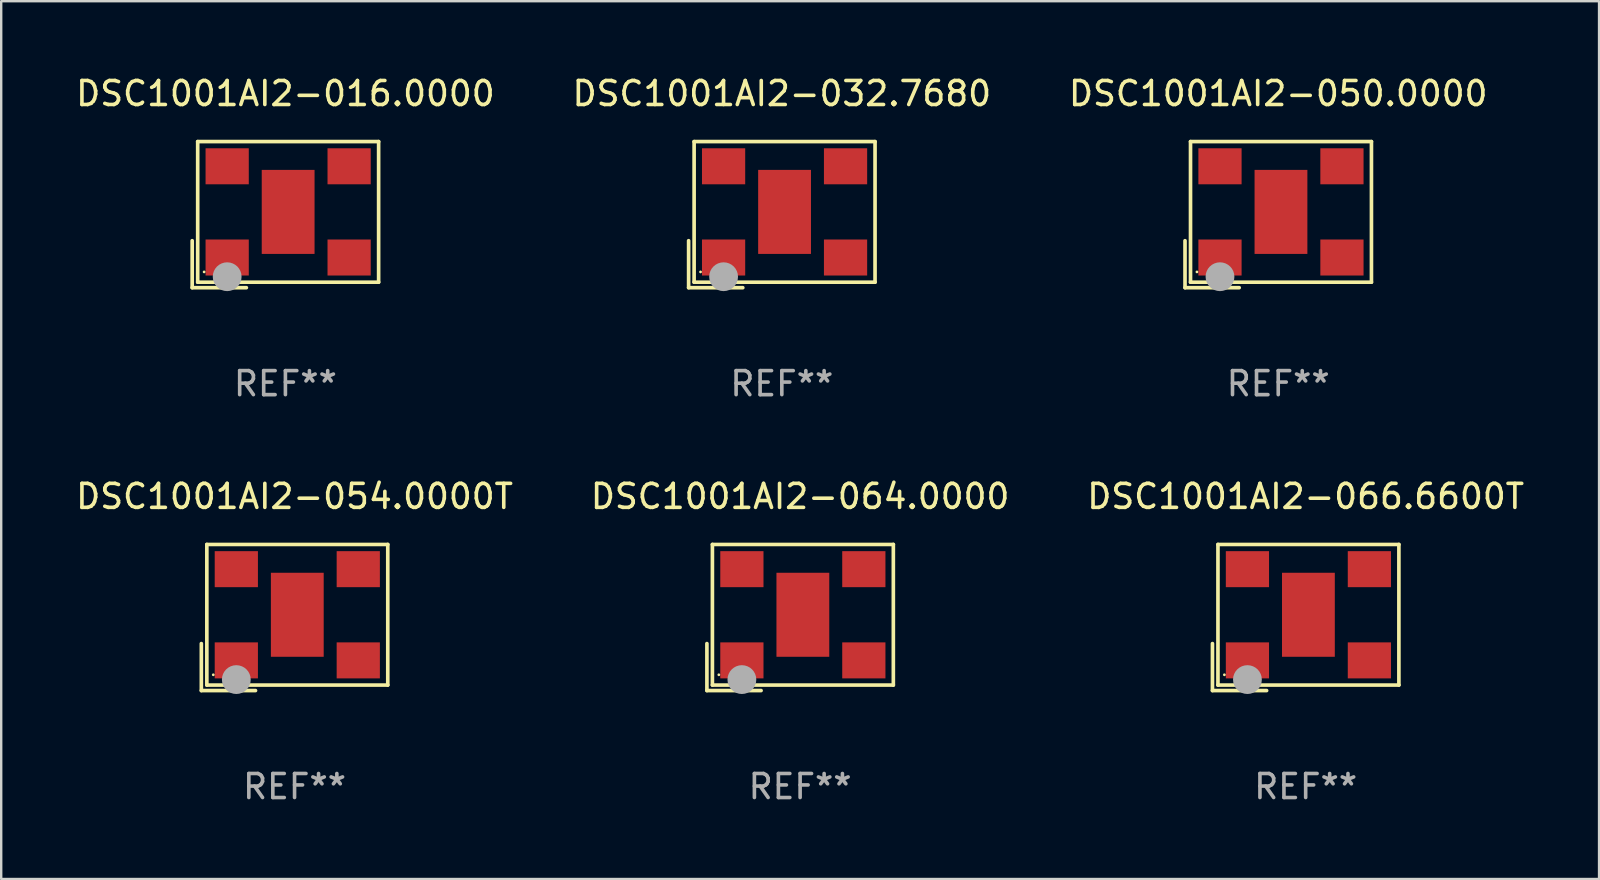
<source format=kicad_pcb>
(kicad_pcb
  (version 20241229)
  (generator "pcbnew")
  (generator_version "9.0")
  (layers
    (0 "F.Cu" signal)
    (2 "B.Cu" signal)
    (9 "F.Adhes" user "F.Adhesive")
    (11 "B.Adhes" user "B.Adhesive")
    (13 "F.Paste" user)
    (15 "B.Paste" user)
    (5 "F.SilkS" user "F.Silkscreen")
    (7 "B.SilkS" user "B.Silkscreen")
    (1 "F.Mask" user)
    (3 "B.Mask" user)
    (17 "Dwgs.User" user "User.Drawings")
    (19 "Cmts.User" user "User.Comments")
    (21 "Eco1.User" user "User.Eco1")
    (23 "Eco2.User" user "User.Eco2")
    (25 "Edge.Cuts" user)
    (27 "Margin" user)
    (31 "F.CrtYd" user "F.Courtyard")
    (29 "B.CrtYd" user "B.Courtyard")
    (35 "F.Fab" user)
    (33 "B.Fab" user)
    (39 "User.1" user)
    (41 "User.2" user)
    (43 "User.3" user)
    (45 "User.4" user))
  (footprint "DSC1001AI2-032.7680"
    (layer "F.Cu")
    (at 29.518 5.891)
    (property "Reference" "DSC1001AI2-032.7680" (at 0 -5.043 0) (layer "F.SilkS") (effects (font (size 1 1) (thickness 0.15))))
    (attr through_hole)
    (fp_line (start -3.883 1.086) (end -3.883 3.043) (stroke (width 0.152) (type solid)) (layer "F.SilkS"))
    (fp_line (start -3.883 3.043) (end -1.626 3.043) (stroke (width 0.152) (type solid)) (layer "F.SilkS"))
    (fp_line (start -3.654 -3.043) (end 3.883 -3.043) (stroke (width 0.152) (type solid)) (layer "F.SilkS"))
    (fp_line (start -3.654 2.814) (end -3.654 -3.043) (stroke (width 0.152) (type solid)) (layer "F.SilkS"))
    (fp_line (start 3.883 -3.043) (end 3.883 2.814) (stroke (width 0.152) (type solid)) (layer "F.SilkS"))
    (fp_line (start 3.883 2.814) (end -3.654 2.814) (stroke (width 0.152) (type solid)) (layer "F.SilkS"))
    (fp_circle (center -3.386 2.386) (end -3.356 2.386) (stroke (width 0.06) (type solid)) (fill no) (layer "F.SilkS"))
    (fp_circle (center -2.426 2.586) (end -2.126 2.586) (stroke (width 0.6) (type solid)) (fill no) (layer "F.Fab"))
    (fp_text user "REF**" (at 0 7.043 0) (layer "F.Fab") (effects (font (size 1 1) (thickness 0.15))))
    (pad "1" smd rect (at -2.426 1.786) (size 1.8 1.5) (layers "F.Cu" "F.Mask" "F.Paste"))
    (pad "2" smd rect (at 2.654 1.786) (size 1.8 1.5) (layers "F.Cu" "F.Mask" "F.Paste"))
    (pad "3" smd rect (at 2.654 -2.014) (size 1.8 1.5) (layers "F.Cu" "F.Mask" "F.Paste"))
    (pad "4" smd rect (at -2.426 -2.014) (size 1.8 1.5) (layers "F.Cu" "F.Mask" "F.Paste"))
    (pad "5" smd rect (at 0.114 -0.114) (size 2.2 3.5) (layers "F.Cu" "F.Mask" "F.Paste")))
  (footprint "DSC1001AI2-050.0000"
    (layer "F.Cu")
    (at 50.196 5.891)
    (property "Reference" "DSC1001AI2-050.0000" (at 0 -5.043 0) (layer "F.SilkS") (effects (font (size 1 1) (thickness 0.15))))
    (attr through_hole)
    (fp_line (start -3.883 1.086) (end -3.883 3.043) (stroke (width 0.152) (type solid)) (layer "F.SilkS"))
    (fp_line (start -3.883 3.043) (end -1.626 3.043) (stroke (width 0.152) (type solid)) (layer "F.SilkS"))
    (fp_line (start -3.654 -3.043) (end 3.883 -3.043) (stroke (width 0.152) (type solid)) (layer "F.SilkS"))
    (fp_line (start -3.654 2.814) (end -3.654 -3.043) (stroke (width 0.152) (type solid)) (layer "F.SilkS"))
    (fp_line (start 3.883 -3.043) (end 3.883 2.814) (stroke (width 0.152) (type solid)) (layer "F.SilkS"))
    (fp_line (start 3.883 2.814) (end -3.654 2.814) (stroke (width 0.152) (type solid)) (layer "F.SilkS"))
    (fp_circle (center -3.386 2.386) (end -3.356 2.386) (stroke (width 0.06) (type solid)) (fill no) (layer "F.SilkS"))
    (fp_circle (center -2.426 2.586) (end -2.126 2.586) (stroke (width 0.6) (type solid)) (fill no) (layer "F.Fab"))
    (fp_text user "REF**" (at 0 7.043 0) (layer "F.Fab") (effects (font (size 1 1) (thickness 0.15))))
    (pad "1" smd rect (at -2.426 1.786) (size 1.8 1.5) (layers "F.Cu" "F.Mask" "F.Paste"))
    (pad "2" smd rect (at 2.654 1.786) (size 1.8 1.5) (layers "F.Cu" "F.Mask" "F.Paste"))
    (pad "3" smd rect (at 2.654 -2.014) (size 1.8 1.5) (layers "F.Cu" "F.Mask" "F.Paste"))
    (pad "4" smd rect (at -2.426 -2.014) (size 1.8 1.5) (layers "F.Cu" "F.Mask" "F.Paste"))
    (pad "5" smd rect (at 0.114 -0.114) (size 2.2 3.5) (layers "F.Cu" "F.Mask" "F.Paste")))
  (footprint "DSC1001AI2-064.0000"
    (layer "F.Cu")
    (at 30.28 22.673)
    (property "Reference" "DSC1001AI2-064.0000" (at 0 -5.043 0) (layer "F.SilkS") (effects (font (size 1 1) (thickness 0.15))))
    (attr through_hole)
    (fp_line (start -3.883 1.086) (end -3.883 3.043) (stroke (width 0.152) (type solid)) (layer "F.SilkS"))
    (fp_line (start -3.883 3.043) (end -1.626 3.043) (stroke (width 0.152) (type solid)) (layer "F.SilkS"))
    (fp_line (start -3.654 -3.043) (end 3.883 -3.043) (stroke (width 0.152) (type solid)) (layer "F.SilkS"))
    (fp_line (start -3.654 2.814) (end -3.654 -3.043) (stroke (width 0.152) (type solid)) (layer "F.SilkS"))
    (fp_line (start 3.883 -3.043) (end 3.883 2.814) (stroke (width 0.152) (type solid)) (layer "F.SilkS"))
    (fp_line (start 3.883 2.814) (end -3.654 2.814) (stroke (width 0.152) (type solid)) (layer "F.SilkS"))
    (fp_circle (center -3.386 2.386) (end -3.356 2.386) (stroke (width 0.06) (type solid)) (fill no) (layer "F.SilkS"))
    (fp_circle (center -2.426 2.586) (end -2.126 2.586) (stroke (width 0.6) (type solid)) (fill no) (layer "F.Fab"))
    (fp_text user "REF**" (at 0 7.043 0) (layer "F.Fab") (effects (font (size 1 1) (thickness 0.15))))
    (pad "1" smd rect (at -2.426 1.786) (size 1.8 1.5) (layers "F.Cu" "F.Mask" "F.Paste"))
    (pad "2" smd rect (at 2.654 1.786) (size 1.8 1.5) (layers "F.Cu" "F.Mask" "F.Paste"))
    (pad "3" smd rect (at 2.654 -2.014) (size 1.8 1.5) (layers "F.Cu" "F.Mask" "F.Paste"))
    (pad "4" smd rect (at -2.426 -2.014) (size 1.8 1.5) (layers "F.Cu" "F.Mask" "F.Paste"))
    (pad "5" smd rect (at 0.114 -0.114) (size 2.2 3.5) (layers "F.Cu" "F.Mask" "F.Paste")))
  (footprint "DSC1001AI2-054.0000T"
    (layer "F.Cu")
    (at 9.22 22.673)
    (property "Reference" "DSC1001AI2-054.0000T" (at 0 -5.043 0) (layer "F.SilkS") (effects (font (size 1 1) (thickness 0.15))))
    (attr through_hole)
    (fp_line (start -3.883 1.086) (end -3.883 3.043) (stroke (width 0.152) (type solid)) (layer "F.SilkS"))
    (fp_line (start -3.883 3.043) (end -1.626 3.043) (stroke (width 0.152) (type solid)) (layer "F.SilkS"))
    (fp_line (start -3.654 -3.043) (end 3.883 -3.043) (stroke (width 0.152) (type solid)) (layer "F.SilkS"))
    (fp_line (start -3.654 2.814) (end -3.654 -3.043) (stroke (width 0.152) (type solid)) (layer "F.SilkS"))
    (fp_line (start 3.883 -3.043) (end 3.883 2.814) (stroke (width 0.152) (type solid)) (layer "F.SilkS"))
    (fp_line (start 3.883 2.814) (end -3.654 2.814) (stroke (width 0.152) (type solid)) (layer "F.SilkS"))
    (fp_circle (center -3.386 2.386) (end -3.356 2.386) (stroke (width 0.06) (type solid)) (fill no) (layer "F.SilkS"))
    (fp_circle (center -2.426 2.586) (end -2.126 2.586) (stroke (width 0.6) (type solid)) (fill no) (layer "F.Fab"))
    (fp_text user "REF**" (at 0 7.043 0) (layer "F.Fab") (effects (font (size 1 1) (thickness 0.15))))
    (pad "1" smd rect (at -2.426 1.786) (size 1.8 1.5) (layers "F.Cu" "F.Mask" "F.Paste"))
    (pad "2" smd rect (at 2.654 1.786) (size 1.8 1.5) (layers "F.Cu" "F.Mask" "F.Paste"))
    (pad "3" smd rect (at 2.654 -2.014) (size 1.8 1.5) (layers "F.Cu" "F.Mask" "F.Paste"))
    (pad "4" smd rect (at -2.426 -2.014) (size 1.8 1.5) (layers "F.Cu" "F.Mask" "F.Paste"))
    (pad "5" smd rect (at 0.114 -0.114) (size 2.2 3.5) (layers "F.Cu" "F.Mask" "F.Paste")))
  (footprint "DSC1001AI2-066.6600T"
    (layer "F.Cu")
    (at 51.339 22.673)
    (property "Reference" "DSC1001AI2-066.6600T" (at 0 -5.043 0) (layer "F.SilkS") (effects (font (size 1 1) (thickness 0.15))))
    (attr through_hole)
    (fp_line (start -3.883 1.086) (end -3.883 3.043) (stroke (width 0.152) (type solid)) (layer "F.SilkS"))
    (fp_line (start -3.883 3.043) (end -1.626 3.043) (stroke (width 0.152) (type solid)) (layer "F.SilkS"))
    (fp_line (start -3.654 -3.043) (end 3.883 -3.043) (stroke (width 0.152) (type solid)) (layer "F.SilkS"))
    (fp_line (start -3.654 2.814) (end -3.654 -3.043) (stroke (width 0.152) (type solid)) (layer "F.SilkS"))
    (fp_line (start 3.883 -3.043) (end 3.883 2.814) (stroke (width 0.152) (type solid)) (layer "F.SilkS"))
    (fp_line (start 3.883 2.814) (end -3.654 2.814) (stroke (width 0.152) (type solid)) (layer "F.SilkS"))
    (fp_circle (center -3.386 2.386) (end -3.356 2.386) (stroke (width 0.06) (type solid)) (fill no) (layer "F.SilkS"))
    (fp_circle (center -2.426 2.586) (end -2.126 2.586) (stroke (width 0.6) (type solid)) (fill no) (layer "F.Fab"))
    (fp_text user "REF**" (at 0 7.043 0) (layer "F.Fab") (effects (font (size 1 1) (thickness 0.15))))
    (pad "1" smd rect (at -2.426 1.786) (size 1.8 1.5) (layers "F.Cu" "F.Mask" "F.Paste"))
    (pad "2" smd rect (at 2.654 1.786) (size 1.8 1.5) (layers "F.Cu" "F.Mask" "F.Paste"))
    (pad "3" smd rect (at 2.654 -2.014) (size 1.8 1.5) (layers "F.Cu" "F.Mask" "F.Paste"))
    (pad "4" smd rect (at -2.426 -2.014) (size 1.8 1.5) (layers "F.Cu" "F.Mask" "F.Paste"))
    (pad "5" smd rect (at 0.114 -0.114) (size 2.2 3.5) (layers "F.Cu" "F.Mask" "F.Paste")))
  (footprint "DSC1001AI2-016.0000"
    (layer "F.Cu")
    (at 8.839 5.891)
    (property "Reference" "DSC1001AI2-016.0000" (at 0 -5.043 0) (layer "F.SilkS") (effects (font (size 1 1) (thickness 0.15))))
    (attr through_hole)
    (fp_line (start -3.883 1.086) (end -3.883 3.043) (stroke (width 0.152) (type solid)) (layer "F.SilkS"))
    (fp_line (start -3.883 3.043) (end -1.626 3.043) (stroke (width 0.152) (type solid)) (layer "F.SilkS"))
    (fp_line (start -3.654 -3.043) (end 3.883 -3.043) (stroke (width 0.152) (type solid)) (layer "F.SilkS"))
    (fp_line (start -3.654 2.814) (end -3.654 -3.043) (stroke (width 0.152) (type solid)) (layer "F.SilkS"))
    (fp_line (start 3.883 -3.043) (end 3.883 2.814) (stroke (width 0.152) (type solid)) (layer "F.SilkS"))
    (fp_line (start 3.883 2.814) (end -3.654 2.814) (stroke (width 0.152) (type solid)) (layer "F.SilkS"))
    (fp_circle (center -3.386 2.386) (end -3.356 2.386) (stroke (width 0.06) (type solid)) (fill no) (layer "F.SilkS"))
    (fp_circle (center -2.426 2.586) (end -2.126 2.586) (stroke (width 0.6) (type solid)) (fill no) (layer "F.Fab"))
    (fp_text user "REF**" (at 0 7.043 0) (layer "F.Fab") (effects (font (size 1 1) (thickness 0.15))))
    (pad "1" smd rect (at -2.426 1.786) (size 1.8 1.5) (layers "F.Cu" "F.Mask" "F.Paste"))
    (pad "2" smd rect (at 2.654 1.786) (size 1.8 1.5) (layers "F.Cu" "F.Mask" "F.Paste"))
    (pad "3" smd rect (at 2.654 -2.014) (size 1.8 1.5) (layers "F.Cu" "F.Mask" "F.Paste"))
    (pad "4" smd rect (at -2.426 -2.014) (size 1.8 1.5) (layers "F.Cu" "F.Mask" "F.Paste"))
    (pad "5" smd rect (at 0.114 -0.114) (size 2.2 3.5) (layers "F.Cu" "F.Mask" "F.Paste")))
  (gr_rect
    (start -3 -3)
    (end 63.56 33.565)
    (stroke (width 0.1) (type default))
    (fill no)
    (layer "Edge.Cuts")))
</source>
